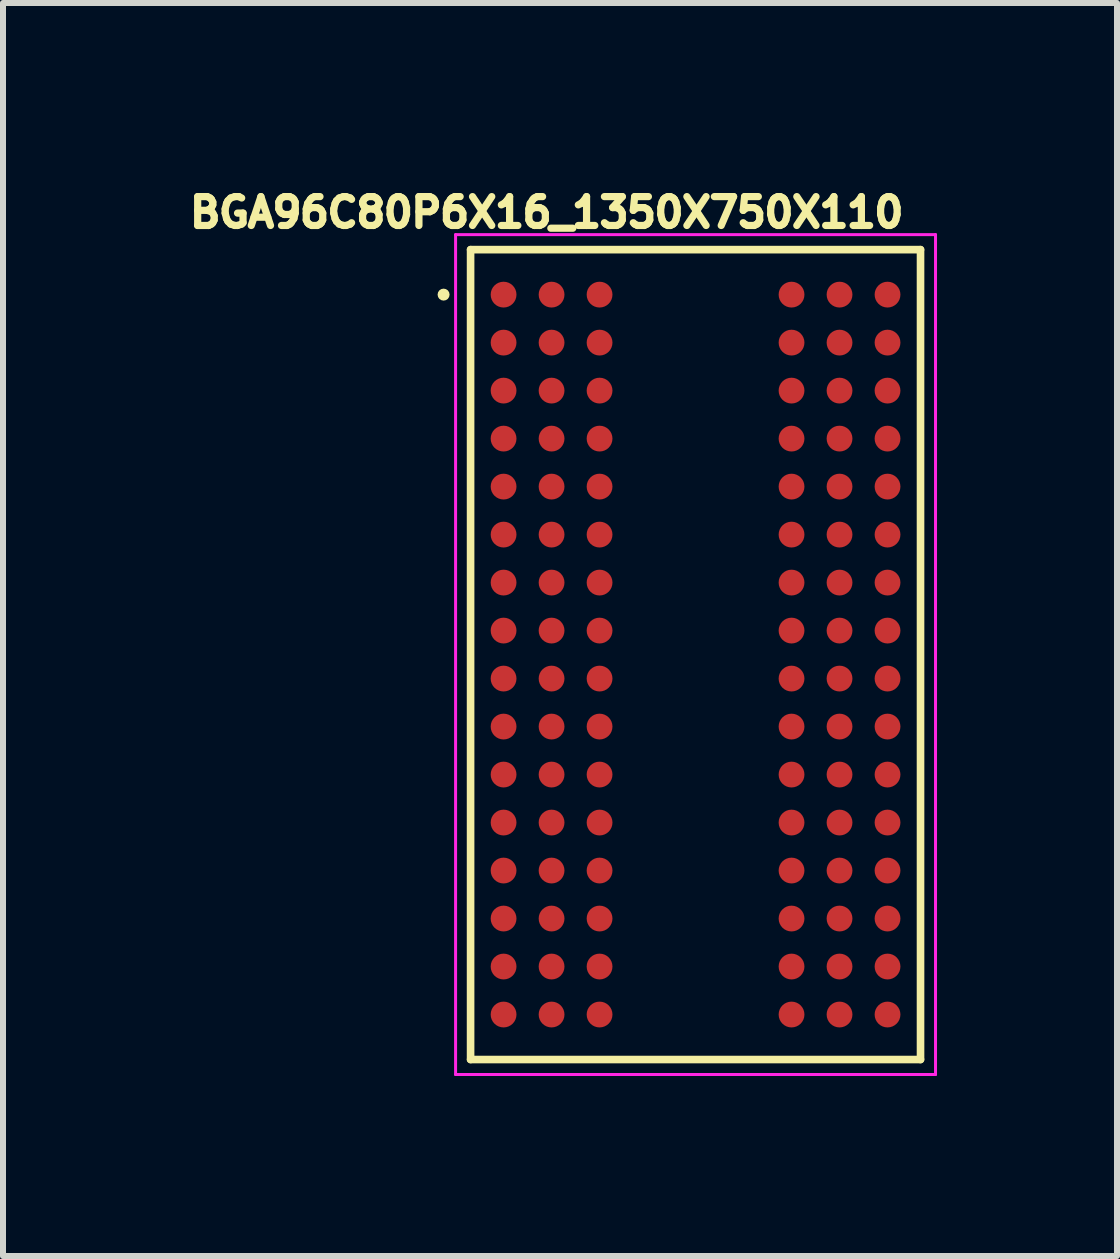
<source format=kicad_pcb>
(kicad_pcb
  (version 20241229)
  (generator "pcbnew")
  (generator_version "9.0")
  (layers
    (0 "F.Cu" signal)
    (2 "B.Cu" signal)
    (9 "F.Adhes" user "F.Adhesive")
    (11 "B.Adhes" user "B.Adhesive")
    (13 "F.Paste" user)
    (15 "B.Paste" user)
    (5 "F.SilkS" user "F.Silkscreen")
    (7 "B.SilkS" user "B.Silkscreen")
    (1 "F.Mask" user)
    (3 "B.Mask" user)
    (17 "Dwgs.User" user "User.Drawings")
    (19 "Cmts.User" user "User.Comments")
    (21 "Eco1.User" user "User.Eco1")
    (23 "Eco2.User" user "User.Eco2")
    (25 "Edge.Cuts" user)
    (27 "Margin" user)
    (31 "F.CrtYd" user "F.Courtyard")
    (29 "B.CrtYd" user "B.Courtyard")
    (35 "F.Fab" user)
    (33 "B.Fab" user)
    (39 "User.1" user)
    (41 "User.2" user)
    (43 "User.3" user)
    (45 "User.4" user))
  (footprint "BGA96C80P6X16_1350X750X110"
    (layer "F.Cu")
    (at 8.544 7.861)
    (property "Reference" "BGA96C80P6X16_1350X750X110" (at -2.481 -7.369 0) (layer "F.SilkS") (effects (font (size 0.481 0.481) (thickness 0.15))))
    (attr smd)
    (fp_line (start -3.75 -6.75) (end 3.75 -6.75) (stroke (width 0.127) (type solid)) (layer "F.SilkS"))
    (fp_line (start -3.75 6.75) (end -3.75 -6.75) (stroke (width 0.127) (type solid)) (layer "F.SilkS"))
    (fp_line (start 3.75 -6.75) (end 3.75 6.75) (stroke (width 0.127) (type solid)) (layer "F.SilkS"))
    (fp_line (start 3.75 6.75) (end -3.75 6.75) (stroke (width 0.127) (type solid)) (layer "F.SilkS"))
    (fp_circle (center -4.2 -6) (end -4.15 -6) (stroke (width 0.1) (type solid)) (fill no) (layer "F.SilkS"))
    (fp_line (start -4 -7) (end 4 -7) (stroke (width 0.05) (type solid)) (layer "F.CrtYd"))
    (fp_line (start -4 7) (end -4 -7) (stroke (width 0.05) (type solid)) (layer "F.CrtYd"))
    (fp_line (start 4 -7) (end 4 7) (stroke (width 0.05) (type solid)) (layer "F.CrtYd"))
    (fp_line (start 4 7) (end -4 7) (stroke (width 0.05) (type solid)) (layer "F.CrtYd"))
    (pad "A1" smd circle (at -3.2 -6) (size 0.43 0.43) (layers "F.Cu" "F.Mask" "F.Paste"))
    (pad "A2" smd circle (at -2.4 -6) (size 0.43 0.43) (layers "F.Cu" "F.Mask" "F.Paste"))
    (pad "A3" smd circle (at -1.6 -6) (size 0.43 0.43) (layers "F.Cu" "F.Mask" "F.Paste"))
    (pad "A7" smd circle (at 1.6 -6) (size 0.43 0.43) (layers "F.Cu" "F.Mask" "F.Paste"))
    (pad "A8" smd circle (at 2.4 -6) (size 0.43 0.43) (layers "F.Cu" "F.Mask" "F.Paste"))
    (pad "A9" smd circle (at 3.2 -6) (size 0.43 0.43) (layers "F.Cu" "F.Mask" "F.Paste"))
    (pad "B1" smd circle (at -3.2 -5.2) (size 0.43 0.43) (layers "F.Cu" "F.Mask" "F.Paste"))
    (pad "B2" smd circle (at -2.4 -5.2) (size 0.43 0.43) (layers "F.Cu" "F.Mask" "F.Paste"))
    (pad "B3" smd circle (at -1.6 -5.2) (size 0.43 0.43) (layers "F.Cu" "F.Mask" "F.Paste"))
    (pad "B7" smd circle (at 1.6 -5.2) (size 0.43 0.43) (layers "F.Cu" "F.Mask" "F.Paste"))
    (pad "B8" smd circle (at 2.4 -5.2) (size 0.43 0.43) (layers "F.Cu" "F.Mask" "F.Paste"))
    (pad "B9" smd circle (at 3.2 -5.2) (size 0.43 0.43) (layers "F.Cu" "F.Mask" "F.Paste"))
    (pad "C1" smd circle (at -3.2 -4.4) (size 0.43 0.43) (layers "F.Cu" "F.Mask" "F.Paste"))
    (pad "C2" smd circle (at -2.4 -4.4) (size 0.43 0.43) (layers "F.Cu" "F.Mask" "F.Paste"))
    (pad "C3" smd circle (at -1.6 -4.4) (size 0.43 0.43) (layers "F.Cu" "F.Mask" "F.Paste"))
    (pad "C7" smd circle (at 1.6 -4.4) (size 0.43 0.43) (layers "F.Cu" "F.Mask" "F.Paste"))
    (pad "C8" smd circle (at 2.4 -4.4) (size 0.43 0.43) (layers "F.Cu" "F.Mask" "F.Paste"))
    (pad "C9" smd circle (at 3.2 -4.4) (size 0.43 0.43) (layers "F.Cu" "F.Mask" "F.Paste"))
    (pad "D1" smd circle (at -3.2 -3.6) (size 0.43 0.43) (layers "F.Cu" "F.Mask" "F.Paste"))
    (pad "D2" smd circle (at -2.4 -3.6) (size 0.43 0.43) (layers "F.Cu" "F.Mask" "F.Paste"))
    (pad "D3" smd circle (at -1.6 -3.6) (size 0.43 0.43) (layers "F.Cu" "F.Mask" "F.Paste"))
    (pad "D7" smd circle (at 1.6 -3.6) (size 0.43 0.43) (layers "F.Cu" "F.Mask" "F.Paste"))
    (pad "D8" smd circle (at 2.4 -3.6) (size 0.43 0.43) (layers "F.Cu" "F.Mask" "F.Paste"))
    (pad "D9" smd circle (at 3.2 -3.6) (size 0.43 0.43) (layers "F.Cu" "F.Mask" "F.Paste"))
    (pad "E1" smd circle (at -3.2 -2.8) (size 0.43 0.43) (layers "F.Cu" "F.Mask" "F.Paste"))
    (pad "E2" smd circle (at -2.4 -2.8) (size 0.43 0.43) (layers "F.Cu" "F.Mask" "F.Paste"))
    (pad "E3" smd circle (at -1.6 -2.8) (size 0.43 0.43) (layers "F.Cu" "F.Mask" "F.Paste"))
    (pad "E7" smd circle (at 1.6 -2.8) (size 0.43 0.43) (layers "F.Cu" "F.Mask" "F.Paste"))
    (pad "E8" smd circle (at 2.4 -2.8) (size 0.43 0.43) (layers "F.Cu" "F.Mask" "F.Paste"))
    (pad "E9" smd circle (at 3.2 -2.8) (size 0.43 0.43) (layers "F.Cu" "F.Mask" "F.Paste"))
    (pad "F1" smd circle (at -3.2 -2) (size 0.43 0.43) (layers "F.Cu" "F.Mask" "F.Paste"))
    (pad "F2" smd circle (at -2.4 -2) (size 0.43 0.43) (layers "F.Cu" "F.Mask" "F.Paste"))
    (pad "F3" smd circle (at -1.6 -2) (size 0.43 0.43) (layers "F.Cu" "F.Mask" "F.Paste"))
    (pad "F7" smd circle (at 1.6 -2) (size 0.43 0.43) (layers "F.Cu" "F.Mask" "F.Paste"))
    (pad "F8" smd circle (at 2.4 -2) (size 0.43 0.43) (layers "F.Cu" "F.Mask" "F.Paste"))
    (pad "F9" smd circle (at 3.2 -2) (size 0.43 0.43) (layers "F.Cu" "F.Mask" "F.Paste"))
    (pad "G1" smd circle (at -3.2 -1.2) (size 0.43 0.43) (layers "F.Cu" "F.Mask" "F.Paste"))
    (pad "G2" smd circle (at -2.4 -1.2) (size 0.43 0.43) (layers "F.Cu" "F.Mask" "F.Paste"))
    (pad "G3" smd circle (at -1.6 -1.2) (size 0.43 0.43) (layers "F.Cu" "F.Mask" "F.Paste"))
    (pad "G7" smd circle (at 1.6 -1.2) (size 0.43 0.43) (layers "F.Cu" "F.Mask" "F.Paste"))
    (pad "G8" smd circle (at 2.4 -1.2) (size 0.43 0.43) (layers "F.Cu" "F.Mask" "F.Paste"))
    (pad "G9" smd circle (at 3.2 -1.2) (size 0.43 0.43) (layers "F.Cu" "F.Mask" "F.Paste"))
    (pad "H1" smd circle (at -3.2 -0.4) (size 0.43 0.43) (layers "F.Cu" "F.Mask" "F.Paste"))
    (pad "H2" smd circle (at -2.4 -0.4) (size 0.43 0.43) (layers "F.Cu" "F.Mask" "F.Paste"))
    (pad "H3" smd circle (at -1.6 -0.4) (size 0.43 0.43) (layers "F.Cu" "F.Mask" "F.Paste"))
    (pad "H7" smd circle (at 1.6 -0.4) (size 0.43 0.43) (layers "F.Cu" "F.Mask" "F.Paste"))
    (pad "H8" smd circle (at 2.4 -0.4) (size 0.43 0.43) (layers "F.Cu" "F.Mask" "F.Paste"))
    (pad "H9" smd circle (at 3.2 -0.4) (size 0.43 0.43) (layers "F.Cu" "F.Mask" "F.Paste"))
    (pad "J1" smd circle (at -3.2 0.4) (size 0.43 0.43) (layers "F.Cu" "F.Mask" "F.Paste"))
    (pad "J2" smd circle (at -2.4 0.4) (size 0.43 0.43) (layers "F.Cu" "F.Mask" "F.Paste"))
    (pad "J3" smd circle (at -1.6 0.4) (size 0.43 0.43) (layers "F.Cu" "F.Mask" "F.Paste"))
    (pad "J7" smd circle (at 1.6 0.4) (size 0.43 0.43) (layers "F.Cu" "F.Mask" "F.Paste"))
    (pad "J8" smd circle (at 2.4 0.4) (size 0.43 0.43) (layers "F.Cu" "F.Mask" "F.Paste"))
    (pad "J9" smd circle (at 3.2 0.4) (size 0.43 0.43) (layers "F.Cu" "F.Mask" "F.Paste"))
    (pad "K1" smd circle (at -3.2 1.2) (size 0.43 0.43) (layers "F.Cu" "F.Mask" "F.Paste"))
    (pad "K2" smd circle (at -2.4 1.2) (size 0.43 0.43) (layers "F.Cu" "F.Mask" "F.Paste"))
    (pad "K3" smd circle (at -1.6 1.2) (size 0.43 0.43) (layers "F.Cu" "F.Mask" "F.Paste"))
    (pad "K7" smd circle (at 1.6 1.2) (size 0.43 0.43) (layers "F.Cu" "F.Mask" "F.Paste"))
    (pad "K8" smd circle (at 2.4 1.2) (size 0.43 0.43) (layers "F.Cu" "F.Mask" "F.Paste"))
    (pad "K9" smd circle (at 3.2 1.2) (size 0.43 0.43) (layers "F.Cu" "F.Mask" "F.Paste"))
    (pad "L1" smd circle (at -3.2 2) (size 0.43 0.43) (layers "F.Cu" "F.Mask" "F.Paste"))
    (pad "L2" smd circle (at -2.4 2) (size 0.43 0.43) (layers "F.Cu" "F.Mask" "F.Paste"))
    (pad "L3" smd circle (at -1.6 2) (size 0.43 0.43) (layers "F.Cu" "F.Mask" "F.Paste"))
    (pad "L7" smd circle (at 1.6 2) (size 0.43 0.43) (layers "F.Cu" "F.Mask" "F.Paste"))
    (pad "L8" smd circle (at 2.4 2) (size 0.43 0.43) (layers "F.Cu" "F.Mask" "F.Paste"))
    (pad "L9" smd circle (at 3.2 2) (size 0.43 0.43) (layers "F.Cu" "F.Mask" "F.Paste"))
    (pad "M1" smd circle (at -3.2 2.8) (size 0.43 0.43) (layers "F.Cu" "F.Mask" "F.Paste"))
    (pad "M2" smd circle (at -2.4 2.8) (size 0.43 0.43) (layers "F.Cu" "F.Mask" "F.Paste"))
    (pad "M3" smd circle (at -1.6 2.8) (size 0.43 0.43) (layers "F.Cu" "F.Mask" "F.Paste"))
    (pad "M7" smd circle (at 1.6 2.8) (size 0.43 0.43) (layers "F.Cu" "F.Mask" "F.Paste"))
    (pad "M8" smd circle (at 2.4 2.8) (size 0.43 0.43) (layers "F.Cu" "F.Mask" "F.Paste"))
    (pad "M9" smd circle (at 3.2 2.8) (size 0.43 0.43) (layers "F.Cu" "F.Mask" "F.Paste"))
    (pad "N1" smd circle (at -3.2 3.6) (size 0.43 0.43) (layers "F.Cu" "F.Mask" "F.Paste"))
    (pad "N2" smd circle (at -2.4 3.6) (size 0.43 0.43) (layers "F.Cu" "F.Mask" "F.Paste"))
    (pad "N3" smd circle (at -1.6 3.6) (size 0.43 0.43) (layers "F.Cu" "F.Mask" "F.Paste"))
    (pad "N7" smd circle (at 1.6 3.6) (size 0.43 0.43) (layers "F.Cu" "F.Mask" "F.Paste"))
    (pad "N8" smd circle (at 2.4 3.6) (size 0.43 0.43) (layers "F.Cu" "F.Mask" "F.Paste"))
    (pad "N9" smd circle (at 3.2 3.6) (size 0.43 0.43) (layers "F.Cu" "F.Mask" "F.Paste"))
    (pad "P1" smd circle (at -3.2 4.4) (size 0.43 0.43) (layers "F.Cu" "F.Mask" "F.Paste"))
    (pad "P2" smd circle (at -2.4 4.4) (size 0.43 0.43) (layers "F.Cu" "F.Mask" "F.Paste"))
    (pad "P3" smd circle (at -1.6 4.4) (size 0.43 0.43) (layers "F.Cu" "F.Mask" "F.Paste"))
    (pad "P7" smd circle (at 1.6 4.4) (size 0.43 0.43) (layers "F.Cu" "F.Mask" "F.Paste"))
    (pad "P8" smd circle (at 2.4 4.4) (size 0.43 0.43) (layers "F.Cu" "F.Mask" "F.Paste"))
    (pad "P9" smd circle (at 3.2 4.4) (size 0.43 0.43) (layers "F.Cu" "F.Mask" "F.Paste"))
    (pad "R1" smd circle (at -3.2 5.2) (size 0.43 0.43) (layers "F.Cu" "F.Mask" "F.Paste"))
    (pad "R2" smd circle (at -2.4 5.2) (size 0.43 0.43) (layers "F.Cu" "F.Mask" "F.Paste"))
    (pad "R3" smd circle (at -1.6 5.2) (size 0.43 0.43) (layers "F.Cu" "F.Mask" "F.Paste"))
    (pad "R7" smd circle (at 1.6 5.2) (size 0.43 0.43) (layers "F.Cu" "F.Mask" "F.Paste"))
    (pad "R8" smd circle (at 2.4 5.2) (size 0.43 0.43) (layers "F.Cu" "F.Mask" "F.Paste"))
    (pad "R9" smd circle (at 3.2 5.2) (size 0.43 0.43) (layers "F.Cu" "F.Mask" "F.Paste"))
    (pad "T1" smd circle (at -3.2 6) (size 0.43 0.43) (layers "F.Cu" "F.Mask" "F.Paste"))
    (pad "T2" smd circle (at -2.4 6) (size 0.43 0.43) (layers "F.Cu" "F.Mask" "F.Paste"))
    (pad "T3" smd circle (at -1.6 6) (size 0.43 0.43) (layers "F.Cu" "F.Mask" "F.Paste"))
    (pad "T7" smd circle (at 1.6 6) (size 0.43 0.43) (layers "F.Cu" "F.Mask" "F.Paste"))
    (pad "T8" smd circle (at 2.4 6) (size 0.43 0.43) (layers "F.Cu" "F.Mask" "F.Paste"))
    (pad "T9" smd circle (at 3.2 6) (size 0.43 0.43) (layers "F.Cu" "F.Mask" "F.Paste")))
  (gr_rect
    (start -3 -3)
    (end 15.569 17.886)
    (stroke (width 0.1) (type default))
    (fill no)
    (layer "Edge.Cuts")))
</source>
